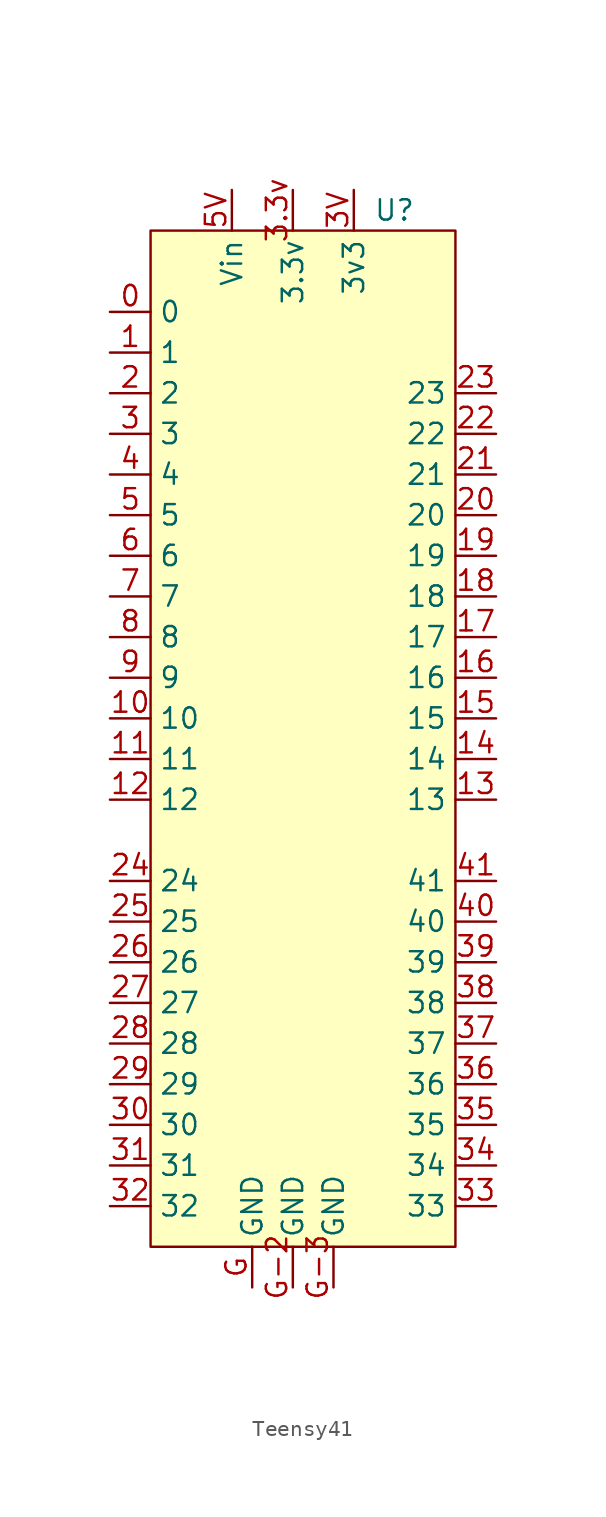
<source format=kicad_sym>
(kicad_symbol_lib
  (version 20220914)
  (generator kicad_symbol_editor)
  (symbol "Teensy41"
    (property "Reference" "U"
      (at 5.08 0 0)
      (effects (font (size 1.27 1.27))))
    (property "Value" ""
      (at 0 0 0)
      (effects (font (size 1.27 1.27))))
    (symbol "Teensy41_1_1"
      (rectangle (start -10.16 -1.27) (end 8.89 -64.77) (stroke (width 0) (type default)) (fill (type background)))
      (pin bidirectional line (at -12.7 -6.35 0) (length 2.54) (name "0" (effects (font (size 1.27 1.27)))) (number "0" (effects (font (size 1.27 1.27)))) (alternate "CRX2" input line) (alternate "CS1" output line) (alternate "RX1" input line))
      (pin bidirectional line (at -12.7 -8.89 0) (length 2.54) (name "1" (effects (font (size 1.27 1.27)))) (number "1" (effects (font (size 1.27 1.27)))) (alternate "CTX2" output line) (alternate "MISO1" input line) (alternate "TX1" output line))
      (pin bidirectional line (at -12.7 -31.75 0) (length 2.54) (name "10" (effects (font (size 1.27 1.27)))) (number "10" (effects (font (size 1.27 1.27)))) (alternate "CS" bidirectional line) (alternate "MQSR" bidirectional line))
      (pin bidirectional line (at -12.7 -34.29 0) (length 2.54) (name "11" (effects (font (size 1.27 1.27)))) (number "11" (effects (font (size 1.27 1.27)))) (alternate "CTX1" bidirectional line) (alternate "MOSI" bidirectional line))
      (pin bidirectional line (at -12.7 -36.83 0) (length 2.54) (name "12" (effects (font (size 1.27 1.27)))) (number "12" (effects (font (size 1.27 1.27)))) (alternate "MISO" bidirectional line) (alternate "MQSL" bidirectional line))
      (pin bidirectional line (at 11.43 -36.83 180) (length 2.54) (name "13" (effects (font (size 1.27 1.27)))) (number "13" (effects (font (size 1.27 1.27)))) (alternate "SCK" bidirectional line))
      (pin bidirectional line (at 11.43 -34.29 180) (length 2.54) (name "14" (effects (font (size 1.27 1.27)))) (number "14" (effects (font (size 1.27 1.27)))) (alternate "A0" bidirectional line) (alternate "S/PDIF OUT" bidirectional line) (alternate "TX3" bidirectional line))
      (pin bidirectional line (at 11.43 -31.75 180) (length 2.54) (name "15" (effects (font (size 1.27 1.27)))) (number "15" (effects (font (size 1.27 1.27)))) (alternate "A1" bidirectional line) (alternate "RX3" bidirectional line) (alternate "S/PDIF IN" bidirectional line))
      (pin bidirectional line (at 11.43 -29.21 180) (length 2.54) (name "16" (effects (font (size 1.27 1.27)))) (number "16" (effects (font (size 1.27 1.27)))) (alternate "A2" bidirectional line) (alternate "RX4" bidirectional line) (alternate "SCL1" bidirectional line))
      (pin bidirectional line (at 11.43 -26.67 180) (length 2.54) (name "17" (effects (font (size 1.27 1.27)))) (number "17" (effects (font (size 1.27 1.27)))) (alternate "A3" bidirectional line) (alternate "SDA1" bidirectional line) (alternate "TX4" bidirectional line))
      (pin bidirectional line (at 11.43 -24.13 180) (length 2.54) (name "18" (effects (font (size 1.27 1.27)))) (number "18" (effects (font (size 1.27 1.27)))) (alternate "A4" bidirectional line) (alternate "SDA" bidirectional line))
      (pin bidirectional line (at 11.43 -21.59 180) (length 2.54) (name "19" (effects (font (size 1.27 1.27)))) (number "19" (effects (font (size 1.27 1.27)))) (alternate "A5" bidirectional line) (alternate "SCL" bidirectional line))
      (pin bidirectional line (at -12.7 -11.43 0) (length 2.54) (name "2" (effects (font (size 1.27 1.27)))) (number "2" (effects (font (size 1.27 1.27)))) (alternate "OUT2" output line))
      (pin bidirectional line (at 11.43 -19.05 180) (length 2.54) (name "20" (effects (font (size 1.27 1.27)))) (number "20" (effects (font (size 1.27 1.27)))) (alternate "A6" input line) (alternate "LRCLK1" bidirectional line) (alternate "TX5" bidirectional line))
      (pin bidirectional line (at 11.43 -16.51 180) (length 2.54) (name "21" (effects (font (size 1.27 1.27)))) (number "21" (effects (font (size 1.27 1.27)))) (alternate "A7" input line) (alternate "BCLK1" bidirectional line) (alternate "RX5" bidirectional line))
      (pin bidirectional line (at 11.43 -13.97 180) (length 2.54) (name "22" (effects (font (size 1.27 1.27)))) (number "22" (effects (font (size 1.27 1.27)))) (alternate "A8" input line) (alternate "CTX1" bidirectional line))
      (pin bidirectional line (at 11.43 -11.43 180) (length 2.54) (name "23" (effects (font (size 1.27 1.27)))) (number "23" (effects (font (size 1.27 1.27)))) (alternate "A9" input line) (alternate "CRX1" bidirectional line) (alternate "MCLK1" bidirectional line))
      (pin bidirectional line (at -12.7 -41.91 0) (length 2.54) (name "24" (effects (font (size 1.27 1.27)))) (number "24" (effects (font (size 1.27 1.27)))) (alternate "A10" power_in line) (alternate "SCL2" power_in line) (alternate "TX6" power_in line))
      (pin bidirectional line (at -12.7 -44.45 0) (length 2.54) (name "25" (effects (font (size 1.27 1.27)))) (number "25" (effects (font (size 1.27 1.27)))) (alternate "A11" bidirectional line) (alternate "RX6" bidirectional line) (alternate "SDA2" bidirectional line))
      (pin bidirectional line (at -12.7 -46.99 0) (length 2.54) (name "26" (effects (font (size 1.27 1.27)))) (number "26" (effects (font (size 1.27 1.27)))) (alternate "A12" bidirectional line) (alternate "MOSI1" bidirectional line))
      (pin bidirectional line (at -12.7 -49.53 0) (length 2.54) (name "27" (effects (font (size 1.27 1.27)))) (number "27" (effects (font (size 1.27 1.27)))) (alternate "A13" bidirectional line) (alternate "SCK1" bidirectional line))
      (pin bidirectional line (at -12.7 -52.07 0) (length 2.54) (name "28" (effects (font (size 1.27 1.27)))) (number "28" (effects (font (size 1.27 1.27)))) (alternate "RX7" bidirectional line))
      (pin bidirectional line (at -12.7 -54.61 0) (length 2.54) (name "29" (effects (font (size 1.27 1.27)))) (number "29" (effects (font (size 1.27 1.27)))) (alternate "TX7" bidirectional line))
      (pin bidirectional line (at -12.7 -13.97 0) (length 2.54) (name "3" (effects (font (size 1.27 1.27)))) (number "3" (effects (font (size 1.27 1.27)))) (alternate "LRCLK2" bidirectional line))
      (pin power_in line (at -1.27 1.27 270) (length 2.54) (name "3.3v" (effects (font (size 1.27 1.27)))) (number "3.3v" (effects (font (size 1.27 1.27)))))
      (pin bidirectional line (at -12.7 -57.15 0) (length 2.54) (name "30" (effects (font (size 1.27 1.27)))) (number "30" (effects (font (size 1.27 1.27)))) (alternate "CRX3" bidirectional line))
      (pin bidirectional line (at -12.7 -59.69 0) (length 2.54) (name "31" (effects (font (size 1.27 1.27)))) (number "31" (effects (font (size 1.27 1.27)))) (alternate "CTX3" bidirectional line))
      (pin bidirectional line (at -12.7 -62.23 0) (length 2.54) (name "32" (effects (font (size 1.27 1.27)))) (number "32" (effects (font (size 1.27 1.27)))) (alternate "OUT1B" bidirectional line))
      (pin bidirectional line (at 11.43 -62.23 180) (length 2.54) (name "33" (effects (font (size 1.27 1.27)))) (number "33" (effects (font (size 1.27 1.27)))) (alternate "MCLK2" bidirectional line))
      (pin bidirectional line (at 11.43 -59.69 180) (length 2.54) (name "34" (effects (font (size 1.27 1.27)))) (number "34" (effects (font (size 1.27 1.27)))) (alternate "RX8" bidirectional line))
      (pin bidirectional line (at 11.43 -57.15 180) (length 2.54) (name "35" (effects (font (size 1.27 1.27)))) (number "35" (effects (font (size 1.27 1.27)))) (alternate "TX8" bidirectional line))
      (pin bidirectional line (at 11.43 -54.61 180) (length 2.54) (name "36" (effects (font (size 1.27 1.27)))) (number "36" (effects (font (size 1.27 1.27)))) (alternate "CS" bidirectional line))
      (pin bidirectional line (at 11.43 -52.07 180) (length 2.54) (name "37" (effects (font (size 1.27 1.27)))) (number "37" (effects (font (size 1.27 1.27)))) (alternate "CS" bidirectional line))
      (pin bidirectional line (at 11.43 -49.53 180) (length 2.54) (name "38" (effects (font (size 1.27 1.27)))) (number "38" (effects (font (size 1.27 1.27)))) (alternate "A14" bidirectional line) (alternate "CS1" bidirectional line) (alternate "IN1" bidirectional line))
      (pin bidirectional line (at 11.43 -46.99 180) (length 2.54) (name "39" (effects (font (size 1.27 1.27)))) (number "39" (effects (font (size 1.27 1.27)))) (alternate "A15" bidirectional line) (alternate "MISO1" bidirectional line) (alternate "OUT1A" bidirectional line))
      (pin power_in line (at 2.54 1.27 270) (length 2.54) (name "3v3" (effects (font (size 1.27 1.27)))) (number "3V" (effects (font (size 1.27 1.27)))))
      (pin bidirectional line (at -12.7 -16.51 0) (length 2.54) (name "4" (effects (font (size 1.27 1.27)))) (number "4" (effects (font (size 1.27 1.27)))) (alternate "BCLK2" bidirectional line))
      (pin bidirectional line (at 11.43 -44.45 180) (length 2.54) (name "40" (effects (font (size 1.27 1.27)))) (number "40" (effects (font (size 1.27 1.27)))) (alternate "A16" bidirectional line))
      (pin bidirectional line (at 11.43 -41.91 180) (length 2.54) (name "41" (effects (font (size 1.27 1.27)))) (number "41" (effects (font (size 1.27 1.27)))) (alternate "A17" power_in line))
      (pin bidirectional line (at -12.7 -19.05 0) (length 2.54) (name "5" (effects (font (size 1.27 1.27)))) (number "5" (effects (font (size 1.27 1.27)))) (alternate "IN2" bidirectional line))
      (pin power_in line (at -5.08 1.27 270) (length 2.54) (name "Vin" (effects (font (size 1.27 1.27)))) (number "5V" (effects (font (size 1.27 1.27)))))
      (pin bidirectional line (at -12.7 -21.59 0) (length 2.54) (name "6" (effects (font (size 1.27 1.27)))) (number "6" (effects (font (size 1.27 1.27)))) (alternate "IN1B" bidirectional line) (alternate "OUT1D" bidirectional line))
      (pin bidirectional line (at -12.7 -24.13 0) (length 2.54) (name "7" (effects (font (size 1.27 1.27)))) (number "7" (effects (font (size 1.27 1.27)))) (alternate "OUT1A" bidirectional line) (alternate "RX2" bidirectional line))
      (pin bidirectional line (at -12.7 -26.67 0) (length 2.54) (name "8" (effects (font (size 1.27 1.27)))) (number "8" (effects (font (size 1.27 1.27)))) (alternate "IN1" bidirectional line) (alternate "TX2" bidirectional line))
      (pin bidirectional line (at -12.7 -29.21 0) (length 2.54) (name "9" (effects (font (size 1.27 1.27)))) (number "9" (effects (font (size 1.27 1.27)))) (alternate "OUT1C" bidirectional line))
      (pin power_in line (at -3.81 -67.31 90) (length 2.54) (name "GND" (effects (font (size 1.27 1.27)))) (number "G" (effects (font (size 1.27 1.27)))))
      (pin power_in line (at -1.27 -67.31 90) (length 2.54) (name "GND" (effects (font (size 1.27 1.27)))) (number "G-2" (effects (font (size 1.27 1.27)))))
      (pin power_in line (at 1.27 -67.31 90) (length 2.54) (name "GND" (effects (font (size 1.27 1.27)))) (number "G-3" (effects (font (size 1.27 1.27))))))))
</source>
